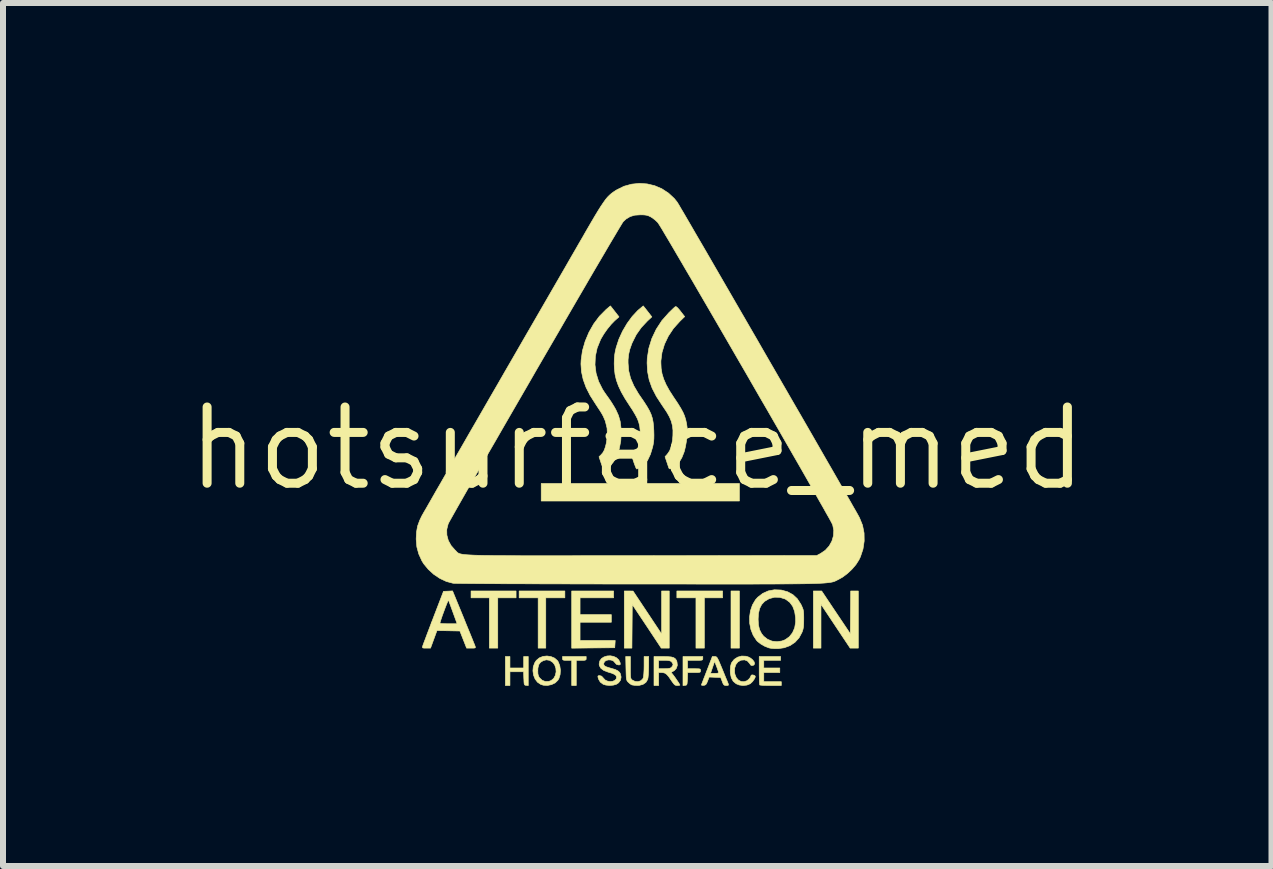
<source format=kicad_pcb>
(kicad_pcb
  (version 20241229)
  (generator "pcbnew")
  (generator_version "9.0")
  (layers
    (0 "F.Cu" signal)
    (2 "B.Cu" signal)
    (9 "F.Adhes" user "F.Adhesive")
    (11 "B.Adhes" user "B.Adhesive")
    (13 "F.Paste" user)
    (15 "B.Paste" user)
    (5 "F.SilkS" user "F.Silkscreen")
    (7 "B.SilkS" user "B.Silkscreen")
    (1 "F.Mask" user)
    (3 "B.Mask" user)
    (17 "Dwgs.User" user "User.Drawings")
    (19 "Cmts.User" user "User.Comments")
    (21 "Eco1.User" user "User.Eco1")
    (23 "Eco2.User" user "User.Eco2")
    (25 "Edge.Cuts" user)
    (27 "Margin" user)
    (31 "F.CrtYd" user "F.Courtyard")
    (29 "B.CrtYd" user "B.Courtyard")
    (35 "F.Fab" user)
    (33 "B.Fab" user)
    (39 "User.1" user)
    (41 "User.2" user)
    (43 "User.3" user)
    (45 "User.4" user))
  (footprint "hotsurface_med"
    (layer "F.Cu")
    (at 7.567 4.421)
    (property "Reference" "hotsurface_med" (at 0 0 0) (layer "F.SilkS") (effects (font (size 1.27 1.27) (thickness 0.15))))
    (attr through_hole)
    (fp_poly (pts (xy 1.702 0.876) (xy -1.6 0.876) (xy -1.6 0.584) (xy 1.702 0.584) (xy 1.702 0.876)) (stroke (width 0.01) (type solid)) (fill yes) (layer "F.SilkS"))
    (fp_poly (pts (xy 1.702 3.327) (xy 1.562 3.327) (xy 1.562 2.375) (xy 1.702 2.375) (xy 1.702 3.327)) (stroke (width 0.01) (type solid)) (fill yes) (layer "F.SilkS"))
    (fp_poly (pts (xy -2.019 2.489) (xy -2.324 2.489) (xy -2.324 3.327) (xy -2.464 3.327) (xy -2.464 2.489) (xy -2.769 2.489) (xy -2.769 2.375) (xy -2.019 2.375) (xy -2.019 2.489)) (stroke (width 0.01) (type solid)) (fill yes) (layer "F.SilkS"))
    (fp_poly (pts (xy -1.206 2.489) (xy -1.524 2.489) (xy -1.524 3.327) (xy -1.651 3.327) (xy -1.651 2.489) (xy -1.968 2.489) (xy -1.968 2.375) (xy -1.206 2.375) (xy -1.206 2.489)) (stroke (width 0.01) (type solid)) (fill yes) (layer "F.SilkS"))
    (fp_poly (pts (xy 1.422 2.489) (xy 1.118 2.489) (xy 1.118 3.327) (xy 0.978 3.327) (xy 0.978 2.489) (xy 0.66 2.489) (xy 0.66 2.375) (xy 1.422 2.375) (xy 1.422 2.489)) (stroke (width 0.01) (type solid)) (fill yes) (layer "F.SilkS"))
    (fp_poly (pts (xy 3.311 2.732) (xy 3.55 3.088) (xy 3.553 2.732) (xy 3.556 2.375) (xy 3.683 2.375) (xy 3.683 3.327) (xy 3.547 3.327) (xy 3.061 2.597) (xy 3.061 3.327) (xy 2.934 3.327) (xy 2.934 2.375) (xy 3.072 2.375) (xy 3.311 2.732)) (stroke (width 0.01) (type solid)) (fill yes) (layer "F.SilkS"))
    (fp_poly (pts (xy -0.394 2.489) (xy -0.953 2.489) (xy -0.953 2.769) (xy -0.432 2.769) (xy -0.432 2.896) (xy -0.953 2.896) (xy -0.953 3.2) (xy -0.367 3.2) (xy -0.371 3.261) (xy -0.375 3.321) (xy -0.733 3.324) (xy -1.092 3.328) (xy -1.092 2.375) (xy -0.394 2.375) (xy -0.394 2.489)) (stroke (width 0.01) (type solid)) (fill yes) (layer "F.SilkS"))
    (fp_poly (pts (xy 0.533 3.327) (xy 0.4 3.327) (xy 0.159 2.963) (xy -0.083 2.6) (xy -0.086 2.964) (xy -0.089 3.327) (xy -0.216 3.327) (xy -0.216 2.375) (xy -0.143 2.375) (xy -0.07 2.376) (xy 0.168 2.734) (xy 0.406 3.092) (xy 0.406 2.734) (xy 0.406 2.375) (xy 0.533 2.375) (xy 0.533 3.327)) (stroke (width 0.01) (type solid)) (fill yes) (layer "F.SilkS"))
    (fp_poly (pts (xy -2.121 3.658) (xy -1.892 3.658) (xy -1.892 3.467) (xy -1.816 3.467) (xy -1.816 3.951) (xy -1.851 3.947) (xy -1.868 3.945) (xy -1.878 3.937) (xy -1.884 3.921) (xy -1.887 3.89) (xy -1.889 3.839) (xy -1.89 3.832) (xy -1.893 3.721) (xy -2.121 3.721) (xy -2.121 3.95) (xy -2.197 3.95) (xy -2.197 3.467) (xy -2.121 3.467) (xy -2.121 3.658)) (stroke (width 0.01) (type solid)) (fill yes) (layer "F.SilkS"))
    (fp_poly (pts (xy -0.851 3.499) (xy -0.852 3.516) (xy -0.861 3.525) (xy -0.881 3.53) (xy -0.92 3.531) (xy -0.933 3.531) (xy -1.016 3.531) (xy -1.016 3.95) (xy -1.092 3.95) (xy -1.092 3.531) (xy -1.168 3.531) (xy -1.211 3.53) (xy -1.233 3.526) (xy -1.243 3.517) (xy -1.245 3.5) (xy -1.245 3.499) (xy -1.245 3.467) (xy -0.851 3.467) (xy -0.851 3.499)) (stroke (width 0.01) (type solid)) (fill yes) (layer "F.SilkS"))
    (fp_poly (pts (xy 2.388 3.531) (xy 2.108 3.531) (xy 2.108 3.658) (xy 2.375 3.658) (xy 2.375 3.734) (xy 2.108 3.734) (xy 2.108 3.886) (xy 2.4 3.886) (xy 2.4 3.95) (xy 2.225 3.95) (xy 2.16 3.949) (xy 2.105 3.948) (xy 2.064 3.945) (xy 2.043 3.942) (xy 2.04 3.941) (xy 2.038 3.926) (xy 2.035 3.89) (xy 2.034 3.837) (xy 2.032 3.771) (xy 2.032 3.7) (xy 2.032 3.467) (xy 2.388 3.467) (xy 2.388 3.531)) (stroke (width 0.01) (type solid)) (fill yes) (layer "F.SilkS"))
    (fp_poly (pts (xy 1.092 3.499) (xy 1.091 3.513) (xy 1.086 3.522) (xy 1.071 3.528) (xy 1.043 3.53) (xy 0.996 3.531) (xy 0.965 3.531) (xy 0.838 3.531) (xy 0.838 3.67) (xy 0.946 3.67) (xy 0.998 3.671) (xy 1.03 3.672) (xy 1.047 3.677) (xy 1.053 3.687) (xy 1.054 3.702) (xy 1.053 3.717) (xy 1.047 3.727) (xy 1.03 3.732) (xy 0.998 3.734) (xy 0.947 3.734) (xy 0.839 3.734) (xy 0.836 3.839) (xy 0.833 3.89) (xy 0.83 3.921) (xy 0.824 3.938) (xy 0.813 3.945) (xy 0.797 3.947) (xy 0.762 3.951) (xy 0.762 3.467) (xy 1.092 3.467) (xy 1.092 3.499)) (stroke (width 0.01) (type solid)) (fill yes) (layer "F.SilkS"))
    (fp_poly (pts (xy -0.114 3.65) (xy -0.114 3.722) (xy -0.113 3.773) (xy -0.111 3.807) (xy -0.107 3.829) (xy -0.099 3.843) (xy -0.089 3.854) (xy -0.081 3.86) (xy -0.036 3.882) (xy 0.012 3.886) (xy 0.056 3.872) (xy 0.089 3.843) (xy 0.1 3.822) (xy 0.106 3.793) (xy 0.11 3.746) (xy 0.113 3.686) (xy 0.114 3.624) (xy 0.114 3.467) (xy 0.191 3.467) (xy 0.19 3.635) (xy 0.188 3.706) (xy 0.185 3.768) (xy 0.18 3.818) (xy 0.174 3.848) (xy 0.144 3.898) (xy 0.096 3.931) (xy 0.032 3.948) (xy 0.001 3.949) (xy -0.043 3.947) (xy -0.08 3.942) (xy -0.095 3.938) (xy -0.121 3.921) (xy -0.15 3.895) (xy -0.152 3.893) (xy -0.165 3.879) (xy -0.173 3.864) (xy -0.179 3.843) (xy -0.183 3.813) (xy -0.185 3.768) (xy -0.187 3.705) (xy -0.188 3.663) (xy -0.192 3.467) (xy -0.114 3.467) (xy -0.114 3.65)) (stroke (width 0.01) (type solid)) (fill yes) (layer "F.SilkS"))
    (fp_poly (pts (xy -1.438 3.468) (xy -1.378 3.493) (xy -1.33 3.535) (xy -1.317 3.554) (xy -1.291 3.619) (xy -1.28 3.693) (xy -1.285 3.767) (xy -1.305 3.833) (xy -1.322 3.862) (xy -1.367 3.906) (xy -1.428 3.935) (xy -1.496 3.949) (xy -1.565 3.945) (xy -1.607 3.932) (xy -1.662 3.895) (xy -1.702 3.842) (xy -1.728 3.777) (xy -1.738 3.707) (xy -1.738 3.703) (xy -1.657 3.703) (xy -1.655 3.756) (xy -1.645 3.793) (xy -1.631 3.819) (xy -1.584 3.863) (xy -1.53 3.884) (xy -1.472 3.881) (xy -1.435 3.867) (xy -1.392 3.832) (xy -1.365 3.782) (xy -1.352 3.723) (xy -1.356 3.663) (xy -1.376 3.606) (xy -1.407 3.565) (xy -1.458 3.531) (xy -1.514 3.522) (xy -1.565 3.535) (xy -1.611 3.563) (xy -1.641 3.603) (xy -1.655 3.66) (xy -1.657 3.703) (xy -1.738 3.703) (xy -1.732 3.636) (xy -1.707 3.57) (xy -1.682 3.532) (xy -1.632 3.49) (xy -1.57 3.465) (xy -1.504 3.458) (xy -1.438 3.468)) (stroke (width 0.01) (type solid)) (fill yes) (layer "F.SilkS"))
    (fp_poly (pts (xy 1.304 3.468) (xy 1.316 3.472) (xy 1.328 3.482) (xy 1.34 3.502) (xy 1.356 3.534) (xy 1.377 3.583) (xy 1.405 3.65) (xy 1.42 3.686) (xy 1.449 3.757) (xy 1.475 3.821) (xy 1.497 3.873) (xy 1.512 3.91) (xy 1.518 3.927) (xy 1.52 3.943) (xy 1.505 3.949) (xy 1.484 3.95) (xy 1.459 3.948) (xy 1.442 3.938) (xy 1.428 3.915) (xy 1.416 3.883) (xy 1.39 3.816) (xy 1.294 3.813) (xy 1.198 3.809) (xy 1.172 3.876) (xy 1.156 3.915) (xy 1.141 3.936) (xy 1.122 3.945) (xy 1.105 3.947) (xy 1.079 3.947) (xy 1.068 3.941) (xy 1.069 3.94) (xy 1.074 3.925) (xy 1.088 3.89) (xy 1.107 3.839) (xy 1.132 3.776) (xy 1.143 3.747) (xy 1.221 3.747) (xy 1.291 3.747) (xy 1.33 3.746) (xy 1.35 3.742) (xy 1.355 3.733) (xy 1.352 3.718) (xy 1.342 3.69) (xy 1.328 3.65) (xy 1.316 3.618) (xy 1.289 3.547) (xy 1.255 3.647) (xy 1.221 3.747) (xy 1.143 3.747) (xy 1.159 3.705) (xy 1.162 3.698) (xy 1.251 3.467) (xy 1.29 3.467) (xy 1.304 3.468)) (stroke (width 0.01) (type solid)) (fill yes) (layer "F.SilkS"))
    (fp_poly (pts (xy 1.809 3.462) (xy 1.848 3.473) (xy 1.89 3.495) (xy 1.924 3.524) (xy 1.947 3.555) (xy 1.955 3.584) (xy 1.946 3.606) (xy 1.936 3.612) (xy 1.91 3.618) (xy 1.891 3.61) (xy 1.872 3.583) (xy 1.872 3.582) (xy 1.835 3.541) (xy 1.788 3.523) (xy 1.731 3.528) (xy 1.726 3.529) (xy 1.677 3.557) (xy 1.642 3.602) (xy 1.623 3.661) (xy 1.622 3.732) (xy 1.627 3.762) (xy 1.649 3.818) (xy 1.685 3.859) (xy 1.73 3.883) (xy 1.779 3.887) (xy 1.827 3.871) (xy 1.855 3.849) (xy 1.879 3.821) (xy 1.892 3.797) (xy 1.892 3.792) (xy 1.902 3.776) (xy 1.926 3.773) (xy 1.955 3.784) (xy 1.956 3.784) (xy 1.966 3.795) (xy 1.965 3.812) (xy 1.951 3.841) (xy 1.949 3.844) (xy 1.922 3.883) (xy 1.886 3.917) (xy 1.881 3.921) (xy 1.827 3.943) (xy 1.762 3.95) (xy 1.697 3.941) (xy 1.648 3.921) (xy 1.599 3.88) (xy 1.567 3.822) (xy 1.551 3.746) (xy 1.549 3.701) (xy 1.554 3.632) (xy 1.567 3.581) (xy 1.573 3.569) (xy 1.615 3.515) (xy 1.672 3.478) (xy 1.739 3.459) (xy 1.809 3.462)) (stroke (width 0.01) (type solid)) (fill yes) (layer "F.SilkS"))
    (fp_poly (pts (xy 0.506 3.469) (xy 0.565 3.474) (xy 0.606 3.485) (xy 0.633 3.503) (xy 0.652 3.529) (xy 0.662 3.557) (xy 0.668 3.613) (xy 0.652 3.663) (xy 0.618 3.701) (xy 0.595 3.714) (xy 0.571 3.727) (xy 0.569 3.738) (xy 0.57 3.739) (xy 0.582 3.753) (xy 0.604 3.781) (xy 0.631 3.818) (xy 0.659 3.859) (xy 0.685 3.897) (xy 0.703 3.927) (xy 0.711 3.942) (xy 0.711 3.943) (xy 0.7 3.947) (xy 0.673 3.95) (xy 0.667 3.95) (xy 0.644 3.948) (xy 0.626 3.94) (xy 0.607 3.921) (xy 0.582 3.887) (xy 0.564 3.861) (xy 0.525 3.804) (xy 0.493 3.767) (xy 0.463 3.745) (xy 0.431 3.736) (xy 0.404 3.734) (xy 0.356 3.734) (xy 0.356 3.95) (xy 0.279 3.95) (xy 0.279 3.531) (xy 0.356 3.531) (xy 0.356 3.67) (xy 0.451 3.67) (xy 0.503 3.669) (xy 0.537 3.664) (xy 0.56 3.655) (xy 0.572 3.645) (xy 0.59 3.62) (xy 0.597 3.6) (xy 0.588 3.578) (xy 0.572 3.556) (xy 0.553 3.542) (xy 0.528 3.535) (xy 0.488 3.531) (xy 0.451 3.531) (xy 0.356 3.531) (xy 0.279 3.531) (xy 0.279 3.467) (xy 0.426 3.467) (xy 0.506 3.469)) (stroke (width 0.01) (type solid)) (fill yes) (layer "F.SilkS"))
    (fp_poly (pts (xy -2.892 2.824) (xy -2.851 2.926) (xy -2.812 3.021) (xy -2.777 3.106) (xy -2.747 3.18) (xy -2.724 3.238) (xy -2.707 3.279) (xy -2.7 3.3) (xy -2.699 3.301) (xy -2.696 3.316) (xy -2.703 3.324) (xy -2.725 3.327) (xy -2.767 3.327) (xy -2.843 3.327) (xy -2.955 3.042) (xy -3.146 3.038) (xy -3.337 3.035) (xy -3.444 3.327) (xy -3.514 3.327) (xy -3.554 3.327) (xy -3.574 3.323) (xy -3.579 3.313) (xy -3.577 3.299) (xy -3.571 3.281) (xy -3.557 3.242) (xy -3.535 3.185) (xy -3.508 3.112) (xy -3.476 3.028) (xy -3.44 2.933) (xy -3.431 2.908) (xy -3.286 2.908) (xy -3.279 2.915) (xy -3.26 2.918) (xy -3.226 2.92) (xy -3.171 2.921) (xy -3.146 2.921) (xy -3.001 2.921) (xy -3.069 2.734) (xy -3.093 2.668) (xy -3.114 2.61) (xy -3.131 2.565) (xy -3.141 2.536) (xy -3.144 2.528) (xy -3.15 2.535) (xy -3.162 2.561) (xy -3.179 2.602) (xy -3.2 2.656) (xy -3.223 2.718) (xy -3.247 2.783) (xy -3.269 2.848) (xy -3.285 2.899) (xy -3.286 2.908) (xy -3.431 2.908) (xy -3.401 2.832) (xy -3.399 2.826) (xy -3.228 2.381) (xy -3.152 2.378) (xy -3.077 2.374) (xy -2.892 2.824)) (stroke (width 0.01) (type solid)) (fill yes) (layer "F.SilkS"))
    (fp_poly (pts (xy -0.395 3.465) (xy -0.347 3.487) (xy -0.309 3.522) (xy -0.285 3.571) (xy -0.285 3.572) (xy -0.282 3.597) (xy -0.293 3.606) (xy -0.313 3.607) (xy -0.346 3.598) (xy -0.37 3.571) (xy -0.397 3.541) (xy -0.435 3.526) (xy -0.477 3.523) (xy -0.516 3.532) (xy -0.545 3.552) (xy -0.559 3.583) (xy -0.559 3.589) (xy -0.555 3.609) (xy -0.542 3.625) (xy -0.514 3.639) (xy -0.468 3.654) (xy -0.433 3.664) (xy -0.368 3.683) (xy -0.324 3.705) (xy -0.295 3.73) (xy -0.281 3.754) (xy -0.269 3.809) (xy -0.279 3.861) (xy -0.311 3.905) (xy -0.347 3.929) (xy -0.399 3.944) (xy -0.462 3.949) (xy -0.523 3.943) (xy -0.568 3.929) (xy -0.616 3.893) (xy -0.646 3.841) (xy -0.652 3.82) (xy -0.656 3.795) (xy -0.645 3.786) (xy -0.626 3.785) (xy -0.594 3.794) (xy -0.567 3.823) (xy -0.565 3.826) (xy -0.535 3.858) (xy -0.495 3.877) (xy -0.451 3.884) (xy -0.408 3.879) (xy -0.373 3.864) (xy -0.35 3.839) (xy -0.345 3.806) (xy -0.355 3.784) (xy -0.381 3.764) (xy -0.425 3.745) (xy -0.488 3.726) (xy -0.558 3.699) (xy -0.606 3.663) (xy -0.631 3.619) (xy -0.635 3.592) (xy -0.624 3.541) (xy -0.596 3.501) (xy -0.554 3.474) (xy -0.503 3.458) (xy -0.449 3.455) (xy -0.395 3.465)) (stroke (width 0.01) (type solid)) (fill yes) (layer "F.SilkS"))
    (fp_poly (pts (xy -0.375 -2.283) (xy -0.304 -2.192) (xy -0.378 -2.126) (xy -0.437 -2.065) (xy -0.499 -1.989) (xy -0.558 -1.905) (xy -0.607 -1.822) (xy -0.613 -1.809) (xy -0.668 -1.673) (xy -0.698 -1.534) (xy -0.704 -1.393) (xy -0.686 -1.253) (xy -0.644 -1.116) (xy -0.578 -0.984) (xy -0.541 -0.927) (xy -0.491 -0.857) (xy -0.453 -0.803) (xy -0.424 -0.759) (xy -0.4 -0.72) (xy -0.377 -0.682) (xy -0.357 -0.646) (xy -0.313 -0.549) (xy -0.284 -0.449) (xy -0.27 -0.336) (xy -0.267 -0.254) (xy -0.275 -0.122) (xy -0.299 0.003) (xy -0.337 0.116) (xy -0.388 0.212) (xy -0.398 0.227) (xy -0.429 0.262) (xy -0.468 0.296) (xy -0.508 0.324) (xy -0.543 0.341) (xy -0.556 0.343) (xy -0.566 0.332) (xy -0.58 0.302) (xy -0.597 0.259) (xy -0.603 0.241) (xy -0.637 0.139) (xy -0.606 0.109) (xy -0.575 0.074) (xy -0.55 0.03) (xy -0.53 -0.028) (xy -0.516 -0.085) (xy -0.497 -0.215) (xy -0.503 -0.338) (xy -0.532 -0.456) (xy -0.567 -0.537) (xy -0.587 -0.574) (xy -0.618 -0.625) (xy -0.656 -0.682) (xy -0.692 -0.737) (xy -0.784 -0.881) (xy -0.853 -1.017) (xy -0.901 -1.149) (xy -0.929 -1.278) (xy -0.938 -1.407) (xy -0.935 -1.472) (xy -0.913 -1.628) (xy -0.868 -1.784) (xy -0.805 -1.934) (xy -0.725 -2.075) (xy -0.63 -2.202) (xy -0.523 -2.31) (xy -0.518 -2.315) (xy -0.447 -2.375) (xy -0.375 -2.283)) (stroke (width 0.01) (type solid)) (fill yes) (layer "F.SilkS"))
    (fp_poly (pts (xy 0.652 -2.36) (xy 0.677 -2.338) (xy 0.713 -2.296) (xy 0.722 -2.284) (xy 0.79 -2.196) (xy 0.708 -2.116) (xy 0.603 -1.999) (xy 0.518 -1.871) (xy 0.454 -1.737) (xy 0.412 -1.598) (xy 0.394 -1.459) (xy 0.394 -1.429) (xy 0.398 -1.334) (xy 0.413 -1.244) (xy 0.44 -1.156) (xy 0.48 -1.064) (xy 0.535 -0.964) (xy 0.607 -0.852) (xy 0.614 -0.842) (xy 0.677 -0.748) (xy 0.725 -0.67) (xy 0.762 -0.602) (xy 0.789 -0.539) (xy 0.808 -0.477) (xy 0.822 -0.411) (xy 0.831 -0.348) (xy 0.833 -0.284) (xy 0.829 -0.205) (xy 0.819 -0.119) (xy 0.804 -0.033) (xy 0.786 0.043) (xy 0.779 0.064) (xy 0.743 0.154) (xy 0.7 0.226) (xy 0.646 0.283) (xy 0.624 0.301) (xy 0.579 0.332) (xy 0.548 0.342) (xy 0.53 0.333) (xy 0.527 0.327) (xy 0.52 0.308) (xy 0.508 0.272) (xy 0.493 0.227) (xy 0.492 0.224) (xy 0.463 0.138) (xy 0.501 0.096) (xy 0.54 0.039) (xy 0.569 -0.04) (xy 0.588 -0.139) (xy 0.594 -0.217) (xy 0.595 -0.303) (xy 0.586 -0.38) (xy 0.567 -0.453) (xy 0.536 -0.527) (xy 0.49 -0.608) (xy 0.428 -0.7) (xy 0.413 -0.722) (xy 0.319 -0.866) (xy 0.248 -1.004) (xy 0.199 -1.141) (xy 0.172 -1.28) (xy 0.164 -1.423) (xy 0.167 -1.502) (xy 0.193 -1.669) (xy 0.243 -1.831) (xy 0.316 -1.985) (xy 0.41 -2.129) (xy 0.525 -2.259) (xy 0.566 -2.299) (xy 0.601 -2.333) (xy 0.627 -2.356) (xy 0.637 -2.363) (xy 0.652 -2.36)) (stroke (width 0.01) (type solid)) (fill yes) (layer "F.SilkS"))
    (fp_poly (pts (xy 2.391 2.359) (xy 2.402 2.36) (xy 2.506 2.389) (xy 2.594 2.437) (xy 2.666 2.504) (xy 2.724 2.593) (xy 2.735 2.614) (xy 2.752 2.653) (xy 2.764 2.685) (xy 2.77 2.718) (xy 2.773 2.758) (xy 2.774 2.814) (xy 2.774 2.845) (xy 2.773 2.915) (xy 2.77 2.967) (xy 2.763 3.008) (xy 2.752 3.045) (xy 2.745 3.063) (xy 2.696 3.155) (xy 2.629 3.229) (xy 2.546 3.285) (xy 2.449 3.321) (xy 2.351 3.335) (xy 2.286 3.335) (xy 2.227 3.33) (xy 2.196 3.324) (xy 2.126 3.297) (xy 2.058 3.258) (xy 2.003 3.215) (xy 1.988 3.199) (xy 1.932 3.114) (xy 1.894 3.018) (xy 1.873 2.914) (xy 1.872 2.845) (xy 2.014 2.845) (xy 2.019 2.941) (xy 2.038 3.02) (xy 2.071 3.085) (xy 2.106 3.129) (xy 2.171 3.18) (xy 2.247 3.211) (xy 2.329 3.22) (xy 2.411 3.208) (xy 2.463 3.188) (xy 2.534 3.138) (xy 2.587 3.071) (xy 2.623 2.988) (xy 2.639 2.892) (xy 2.638 2.82) (xy 2.622 2.716) (xy 2.59 2.631) (xy 2.541 2.564) (xy 2.475 2.515) (xy 2.459 2.507) (xy 2.374 2.481) (xy 2.287 2.479) (xy 2.202 2.502) (xy 2.191 2.507) (xy 2.122 2.548) (xy 2.072 2.602) (xy 2.038 2.669) (xy 2.019 2.754) (xy 2.014 2.845) (xy 1.872 2.845) (xy 1.871 2.809) (xy 1.886 2.705) (xy 1.919 2.608) (xy 1.969 2.523) (xy 2.007 2.48) (xy 2.09 2.416) (xy 2.183 2.374) (xy 2.285 2.355) (xy 2.391 2.359)) (stroke (width 0.01) (type solid)) (fill yes) (layer "F.SilkS"))
    (fp_poly (pts (xy 0.172 -2.284) (xy 0.243 -2.192) (xy 0.168 -2.122) (xy 0.066 -2.013) (xy -0.017 -1.895) (xy -0.084 -1.761) (xy -0.093 -1.739) (xy -0.125 -1.648) (xy -0.144 -1.564) (xy -0.153 -1.477) (xy -0.153 -1.423) (xy -0.143 -1.295) (xy -0.111 -1.168) (xy -0.056 -1.041) (xy 0.021 -0.91) (xy 0.043 -0.878) (xy 0.109 -0.782) (xy 0.162 -0.7) (xy 0.202 -0.63) (xy 0.231 -0.566) (xy 0.251 -0.504) (xy 0.264 -0.439) (xy 0.272 -0.368) (xy 0.276 -0.298) (xy 0.278 -0.222) (xy 0.277 -0.162) (xy 0.273 -0.112) (xy 0.265 -0.063) (xy 0.256 -0.022) (xy 0.22 0.097) (xy 0.174 0.194) (xy 0.119 0.266) (xy 0.055 0.315) (xy 0.05 0.318) (xy 0.017 0.333) (xy -0.005 0.342) (xy -0.009 0.343) (xy -0.018 0.332) (xy -0.031 0.302) (xy -0.047 0.259) (xy -0.054 0.24) (xy -0.088 0.136) (xy -0.058 0.113) (xy -0.026 0.074) (xy 0.003 0.015) (xy 0.025 -0.058) (xy 0.041 -0.142) (xy 0.049 -0.229) (xy 0.048 -0.303) (xy 0.041 -0.369) (xy 0.026 -0.43) (xy 0.004 -0.492) (xy -0.031 -0.559) (xy -0.078 -0.638) (xy -0.12 -0.702) (xy -0.201 -0.827) (xy -0.265 -0.939) (xy -0.313 -1.041) (xy -0.348 -1.138) (xy -0.37 -1.233) (xy -0.381 -1.332) (xy -0.384 -1.41) (xy -0.382 -1.491) (xy -0.376 -1.559) (xy -0.365 -1.624) (xy -0.351 -1.682) (xy -0.306 -1.82) (xy -0.244 -1.955) (xy -0.168 -2.084) (xy -0.083 -2.2) (xy 0.009 -2.298) (xy 0.036 -2.321) (xy 0.1 -2.375) (xy 0.172 -2.284)) (stroke (width 0.01) (type solid)) (fill yes) (layer "F.SilkS"))
    (fp_poly (pts (xy 0.165 -4.407) (xy 0.291 -4.377) (xy 0.41 -4.326) (xy 0.52 -4.254) (xy 0.617 -4.164) (xy 0.665 -4.104) (xy 0.675 -4.088) (xy 0.697 -4.052) (xy 0.73 -3.995) (xy 0.774 -3.921) (xy 0.828 -3.828) (xy 0.891 -3.72) (xy 0.962 -3.597) (xy 1.042 -3.46) (xy 1.129 -3.311) (xy 1.222 -3.15) (xy 1.321 -2.979) (xy 1.425 -2.799) (xy 1.534 -2.611) (xy 1.646 -2.417) (xy 1.762 -2.217) (xy 1.88 -2.013) (xy 2 -1.806) (xy 2.12 -1.597) (xy 2.241 -1.388) (xy 2.362 -1.178) (xy 2.482 -0.971) (xy 2.6 -0.766) (xy 2.716 -0.566) (xy 2.829 -0.37) (xy 2.938 -0.181) (xy 3.042 0.000357) (xy 3.141 0.173) (xy 3.235 0.336) (xy 3.322 0.487) (xy 3.402 0.627) (xy 3.474 0.752) (xy 3.538 0.863) (xy 3.592 0.959) (xy 3.637 1.037) (xy 3.671 1.097) (xy 3.693 1.137) (xy 3.703 1.156) (xy 3.753 1.279) (xy 3.779 1.41) (xy 3.781 1.543) (xy 3.761 1.677) (xy 3.718 1.806) (xy 3.693 1.858) (xy 3.643 1.936) (xy 3.576 2.014) (xy 3.498 2.087) (xy 3.417 2.147) (xy 3.365 2.176) (xy 3.348 2.185) (xy 3.332 2.193) (xy 3.317 2.201) (xy 3.302 2.208) (xy 3.286 2.215) (xy 3.269 2.221) (xy 3.248 2.226) (xy 3.223 2.231) (xy 3.193 2.235) (xy 3.158 2.239) (xy 3.115 2.243) (xy 3.065 2.246) (xy 3.006 2.249) (xy 2.938 2.251) (xy 2.858 2.253) (xy 2.767 2.255) (xy 2.663 2.256) (xy 2.546 2.257) (xy 2.414 2.258) (xy 2.267 2.259) (xy 2.103 2.259) (xy 1.921 2.26) (xy 1.721 2.26) (xy 1.501 2.26) (xy 1.261 2.26) (xy 1 2.26) (xy 0.716 2.259) (xy 0.409 2.259) (xy 0.078 2.259) (xy 0.034 2.259) (xy -0.249 2.259) (xy -0.525 2.259) (xy -0.792 2.258) (xy -1.05 2.258) (xy -1.298 2.257) (xy -1.534 2.257) (xy -1.757 2.256) (xy -1.967 2.255) (xy -2.162 2.255) (xy -2.341 2.254) (xy -2.503 2.253) (xy -2.647 2.252) (xy -2.772 2.251) (xy -2.877 2.25) (xy -2.96 2.249) (xy -3.021 2.248) (xy -3.059 2.247) (xy -3.071 2.246) (xy -3.18 2.217) (xy -3.288 2.166) (xy -3.39 2.098) (xy -3.481 2.015) (xy -3.557 1.923) (xy -3.587 1.875) (xy -3.64 1.759) (xy -3.672 1.642) (xy -3.683 1.516) (xy -3.683 1.502) (xy -3.677 1.391) (xy -3.67 1.351) (xy -3.174 1.351) (xy -3.172 1.444) (xy -3.148 1.534) (xy -3.102 1.618) (xy -3.037 1.692) (xy -3.026 1.702) (xy -3.017 1.712) (xy -3.009 1.721) (xy -3.001 1.729) (xy -2.992 1.737) (xy -2.981 1.744) (xy -2.968 1.75) (xy -2.95 1.756) (xy -2.928 1.761) (xy -2.9 1.766) (xy -2.864 1.77) (xy -2.822 1.773) (xy -2.77 1.776) (xy -2.709 1.779) (xy -2.637 1.781) (xy -2.553 1.783) (xy -2.457 1.784) (xy -2.347 1.786) (xy -2.222 1.786) (xy -2.082 1.787) (xy -1.925 1.788) (xy -1.751 1.788) (xy -1.558 1.788) (xy -1.346 1.788) (xy -1.113 1.788) (xy -0.859 1.787) (xy -0.582 1.787) (xy -0.282 1.787) (xy 0.042 1.787) (xy 0.064 1.787) (xy 2.991 1.784) (xy 3.055 1.75) (xy 3.134 1.696) (xy 3.198 1.625) (xy 3.243 1.544) (xy 3.269 1.455) (xy 3.274 1.364) (xy 3.256 1.274) (xy 3.254 1.27) (xy 3.245 1.251) (xy 3.224 1.211) (xy 3.191 1.151) (xy 3.147 1.074) (xy 3.094 0.979) (xy 3.031 0.869) (xy 2.96 0.743) (xy 2.881 0.605) (xy 2.795 0.454) (xy 2.703 0.293) (xy 2.604 0.121) (xy 2.501 -0.058) (xy 2.393 -0.246) (xy 2.282 -0.439) (xy 2.168 -0.637) (xy 2.051 -0.838) (xy 1.933 -1.043) (xy 1.815 -1.248) (xy 1.696 -1.453) (xy 1.578 -1.657) (xy 1.461 -1.859) (xy 1.346 -2.057) (xy 1.234 -2.25) (xy 1.125 -2.437) (xy 1.02 -2.617) (xy 0.921 -2.788) (xy 0.826 -2.949) (xy 0.738 -3.1) (xy 0.657 -3.238) (xy 0.584 -3.363) (xy 0.519 -3.473) (xy 0.463 -3.567) (xy 0.417 -3.645) (xy 0.381 -3.704) (xy 0.356 -3.743) (xy 0.343 -3.762) (xy 0.343 -3.763) (xy 0.301 -3.803) (xy 0.253 -3.84) (xy 0.224 -3.858) (xy 0.186 -3.876) (xy 0.151 -3.886) (xy 0.109 -3.891) (xy 0.051 -3.892) (xy -0.042 -3.886) (xy -0.118 -3.863) (xy -0.185 -3.823) (xy -0.233 -3.779) (xy -0.244 -3.763) (xy -0.266 -3.727) (xy -0.3 -3.671) (xy -0.344 -3.597) (xy -0.398 -3.506) (xy -0.462 -3.399) (xy -0.533 -3.277) (xy -0.613 -3.141) (xy -0.7 -2.993) (xy -0.793 -2.834) (xy -0.891 -2.665) (xy -0.995 -2.487) (xy -1.103 -2.301) (xy -1.214 -2.11) (xy -1.328 -1.913) (xy -1.445 -1.712) (xy -1.563 -1.509) (xy -1.682 -1.304) (xy -1.8 -1.099) (xy -1.918 -0.895) (xy -2.035 -0.693) (xy -2.15 -0.494) (xy -2.262 -0.3) (xy -2.37 -0.112) (xy -2.475 0.069) (xy -2.574 0.243) (xy -2.668 0.406) (xy -2.756 0.559) (xy -2.837 0.701) (xy -2.91 0.829) (xy -2.975 0.943) (xy -3.031 1.042) (xy -3.077 1.124) (xy -3.113 1.188) (xy -3.138 1.233) (xy -3.15 1.258) (xy -3.151 1.261) (xy -3.174 1.351) (xy -3.67 1.351) (xy -3.659 1.292) (xy -3.624 1.197) (xy -3.589 1.124) (xy -3.577 1.103) (xy -3.553 1.06) (xy -3.517 0.999) (xy -3.471 0.918) (xy -3.415 0.82) (xy -3.35 0.706) (xy -3.275 0.577) (xy -3.193 0.433) (xy -3.103 0.277) (xy -3.006 0.109) (xy -2.903 -0.069) (xy -2.795 -0.257) (xy -2.681 -0.454) (xy -2.564 -0.657) (xy -2.443 -0.867) (xy -2.331 -1.06) (xy -2.204 -1.281) (xy -2.077 -1.5) (xy -1.952 -1.717) (xy -1.829 -1.93) (xy -1.709 -2.137) (xy -1.593 -2.338) (xy -1.482 -2.53) (xy -1.377 -2.712) (xy -1.278 -2.883) (xy -1.186 -3.042) (xy -1.103 -3.187) (xy -1.028 -3.316) (xy -0.964 -3.428) (xy -0.909 -3.522) (xy -0.867 -3.596) (xy -0.848 -3.629) (xy -0.773 -3.758) (xy -0.709 -3.867) (xy -0.654 -3.958) (xy -0.607 -4.033) (xy -0.565 -4.095) (xy -0.529 -4.146) (xy -0.495 -4.187) (xy -0.462 -4.22) (xy -0.429 -4.249) (xy -0.393 -4.275) (xy -0.355 -4.3) (xy -0.34 -4.309) (xy -0.22 -4.368) (xy -0.093 -4.403) (xy 0.036 -4.416) (xy 0.165 -4.407)) (stroke (width 0.01) (type solid)) (fill yes) (layer "F.SilkS")))
  (gr_rect
    (start -3 -3)
    (end 18.134 11.378)
    (stroke (width 0.1) (type default))
    (fill no)
    (layer "Edge.Cuts")))
</source>
